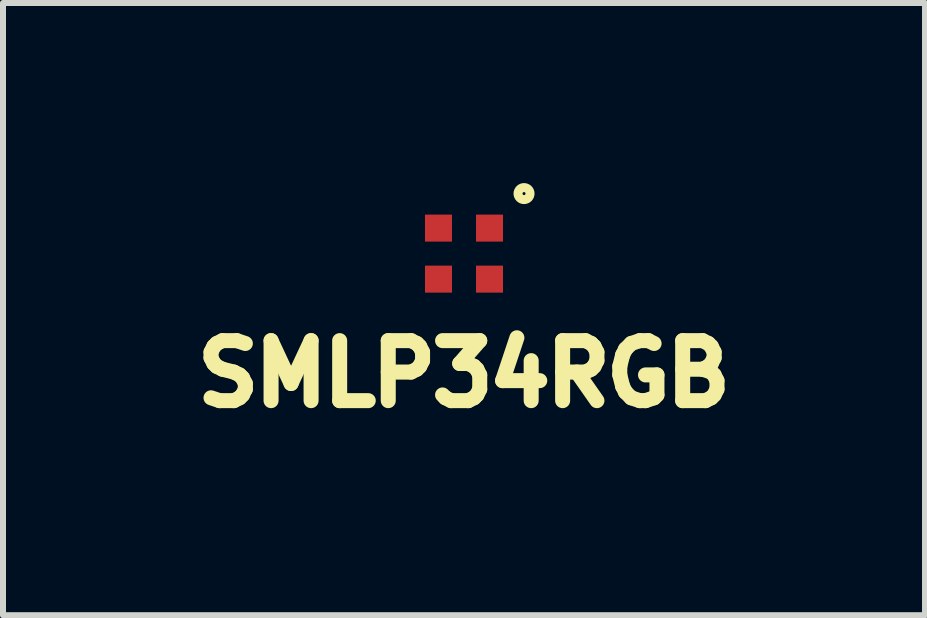
<source format=kicad_pcb>
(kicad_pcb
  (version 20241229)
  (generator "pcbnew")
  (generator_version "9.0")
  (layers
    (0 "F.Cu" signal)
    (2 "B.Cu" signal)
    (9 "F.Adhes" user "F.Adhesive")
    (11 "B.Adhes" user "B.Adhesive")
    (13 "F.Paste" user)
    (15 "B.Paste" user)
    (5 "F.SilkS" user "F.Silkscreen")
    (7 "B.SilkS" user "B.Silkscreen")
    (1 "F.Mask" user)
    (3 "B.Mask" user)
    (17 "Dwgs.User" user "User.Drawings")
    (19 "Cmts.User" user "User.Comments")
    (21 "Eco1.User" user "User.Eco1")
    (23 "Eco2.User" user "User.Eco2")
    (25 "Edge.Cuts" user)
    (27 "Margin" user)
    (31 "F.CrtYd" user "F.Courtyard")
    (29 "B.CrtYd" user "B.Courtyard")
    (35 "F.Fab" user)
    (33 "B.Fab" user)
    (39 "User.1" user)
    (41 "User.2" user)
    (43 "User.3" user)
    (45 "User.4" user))
  (footprint "SMLP34RGB"
    (layer "F.Cu")
    (at 4.68 1.175)
    (property "Reference" "SMLP34RGB" (at 0 2 0) (layer "F.SilkS") (effects (font (size 1 1) (thickness 0.25))))
    (attr through_hole)
    (fp_circle (center 1 -1) (end 1 -0.9) (stroke (width 0.15) (type solid)) (fill no) (layer "F.SilkS"))
    (pad "1" smd rect (at 0.425 -0.425) (size 0.45 0.45) (layers "F.Cu" "F.Mask" "F.Paste"))
    (pad "2" smd rect (at 0.425 0.425) (size 0.45 0.45) (layers "F.Cu" "F.Mask" "F.Paste"))
    (pad "3" smd rect (at -0.425 0.425) (size 0.45 0.45) (layers "F.Cu" "F.Mask" "F.Paste"))
    (pad "4" smd rect (at -0.425 -0.425) (size 0.45 0.45) (layers "F.Cu" "F.Mask" "F.Paste")))
  (gr_rect
    (start -3 -3)
    (end 12.36 7.199)
    (stroke (width 0.1) (type default))
    (fill no)
    (layer "Edge.Cuts")))
</source>
